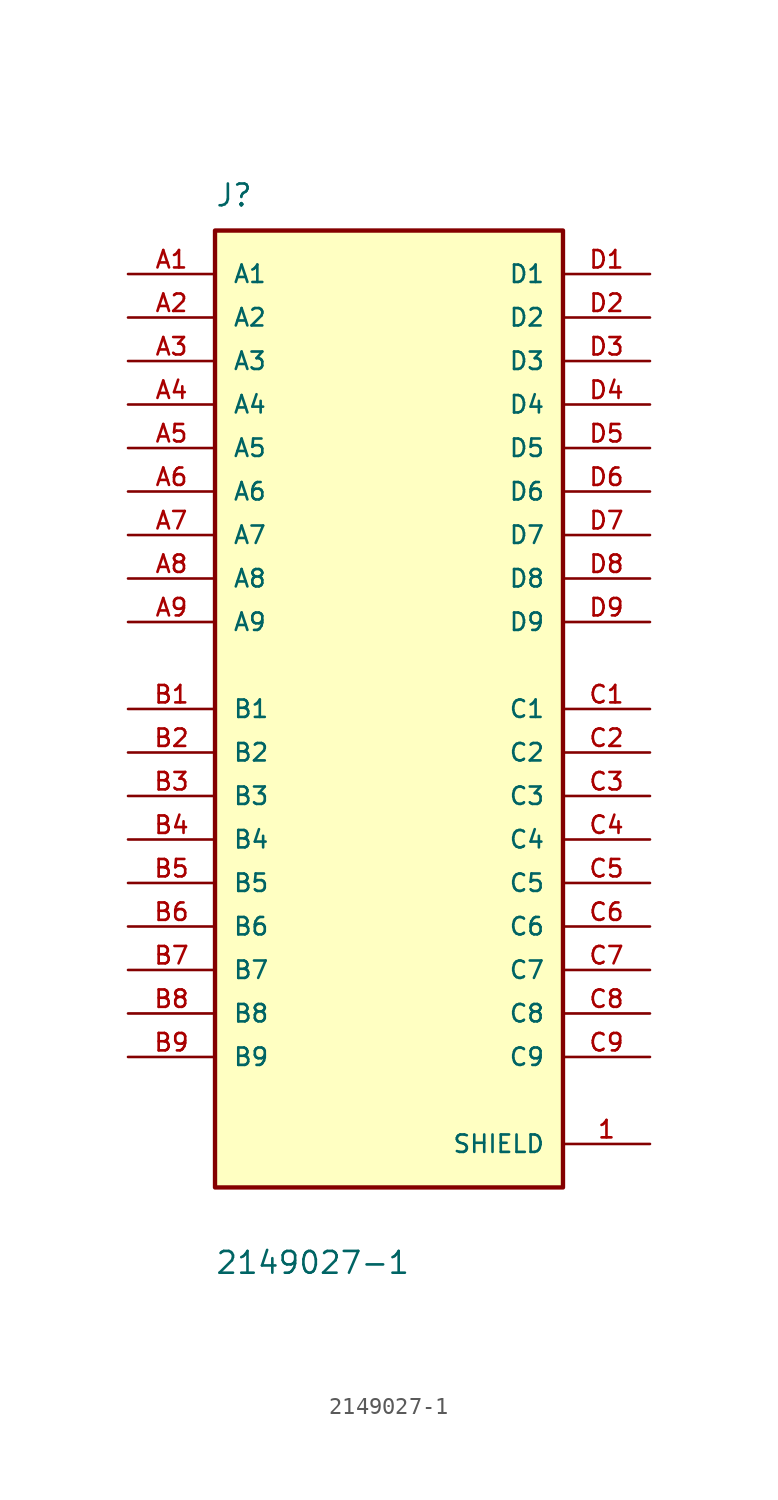
<source format=kicad_sym>
(kicad_symbol_lib
  (version 20211014)
  (generator kicad_symbol_editor)
  (symbol "2149027-1"
    (pin_names
      (offset 1.016))
    (property "Reference" "J"
      (at -10.175 29.253 0)
      (effects (font (size 1.27 1.27)) (justify bottom left)))
    (property "Value" "2149027-1"
      (at -10.179 -33.081 0)
      (effects (font (size 1.27 1.27)) (justify bottom left)))
    (symbol "2149027-1_0_0"
      (rectangle (start -10.16 -27.94) (end 10.16 27.94) (stroke (width 0.254)) (fill (type background)))
      (pin passive line (at -15.24 25.4 0) (length 5.08) (name "A1" (effects (font (size 1.016 1.016)))) (number "A1" (effects (font (size 1.016 1.016)))))
      (pin passive line (at -15.24 22.86 0) (length 5.08) (name "A2" (effects (font (size 1.016 1.016)))) (number "A2" (effects (font (size 1.016 1.016)))))
      (pin passive line (at -15.24 20.32 0) (length 5.08) (name "A3" (effects (font (size 1.016 1.016)))) (number "A3" (effects (font (size 1.016 1.016)))))
      (pin passive line (at -15.24 17.78 0) (length 5.08) (name "A4" (effects (font (size 1.016 1.016)))) (number "A4" (effects (font (size 1.016 1.016)))))
      (pin passive line (at -15.24 15.24 0) (length 5.08) (name "A5" (effects (font (size 1.016 1.016)))) (number "A5" (effects (font (size 1.016 1.016)))))
      (pin passive line (at -15.24 12.7 0) (length 5.08) (name "A6" (effects (font (size 1.016 1.016)))) (number "A6" (effects (font (size 1.016 1.016)))))
      (pin passive line (at -15.24 10.16 0) (length 5.08) (name "A7" (effects (font (size 1.016 1.016)))) (number "A7" (effects (font (size 1.016 1.016)))))
      (pin passive line (at -15.24 7.62 0) (length 5.08) (name "A8" (effects (font (size 1.016 1.016)))) (number "A8" (effects (font (size 1.016 1.016)))))
      (pin passive line (at -15.24 5.08 0) (length 5.08) (name "A9" (effects (font (size 1.016 1.016)))) (number "A9" (effects (font (size 1.016 1.016)))))
      (pin passive line (at -15.24 0.0 0) (length 5.08) (name "B1" (effects (font (size 1.016 1.016)))) (number "B1" (effects (font (size 1.016 1.016)))))
      (pin passive line (at -15.24 -2.54 0) (length 5.08) (name "B2" (effects (font (size 1.016 1.016)))) (number "B2" (effects (font (size 1.016 1.016)))))
      (pin passive line (at -15.24 -5.08 0) (length 5.08) (name "B3" (effects (font (size 1.016 1.016)))) (number "B3" (effects (font (size 1.016 1.016)))))
      (pin passive line (at -15.24 -7.62 0) (length 5.08) (name "B4" (effects (font (size 1.016 1.016)))) (number "B4" (effects (font (size 1.016 1.016)))))
      (pin passive line (at -15.24 -10.16 0) (length 5.08) (name "B5" (effects (font (size 1.016 1.016)))) (number "B5" (effects (font (size 1.016 1.016)))))
      (pin passive line (at -15.24 -12.7 0) (length 5.08) (name "B6" (effects (font (size 1.016 1.016)))) (number "B6" (effects (font (size 1.016 1.016)))))
      (pin passive line (at -15.24 -15.24 0) (length 5.08) (name "B7" (effects (font (size 1.016 1.016)))) (number "B7" (effects (font (size 1.016 1.016)))))
      (pin passive line (at -15.24 -17.78 0) (length 5.08) (name "B8" (effects (font (size 1.016 1.016)))) (number "B8" (effects (font (size 1.016 1.016)))))
      (pin passive line (at -15.24 -20.32 0) (length 5.08) (name "B9" (effects (font (size 1.016 1.016)))) (number "B9" (effects (font (size 1.016 1.016)))))
      (pin passive line (at 15.24 0.0 180.0) (length 5.08) (name "C1" (effects (font (size 1.016 1.016)))) (number "C1" (effects (font (size 1.016 1.016)))))
      (pin passive line (at 15.24 -2.54 180.0) (length 5.08) (name "C2" (effects (font (size 1.016 1.016)))) (number "C2" (effects (font (size 1.016 1.016)))))
      (pin passive line (at 15.24 -5.08 180.0) (length 5.08) (name "C3" (effects (font (size 1.016 1.016)))) (number "C3" (effects (font (size 1.016 1.016)))))
      (pin passive line (at 15.24 -7.62 180.0) (length 5.08) (name "C4" (effects (font (size 1.016 1.016)))) (number "C4" (effects (font (size 1.016 1.016)))))
      (pin passive line (at 15.24 -10.16 180.0) (length 5.08) (name "C5" (effects (font (size 1.016 1.016)))) (number "C5" (effects (font (size 1.016 1.016)))))
      (pin passive line (at 15.24 -12.7 180.0) (length 5.08) (name "C6" (effects (font (size 1.016 1.016)))) (number "C6" (effects (font (size 1.016 1.016)))))
      (pin passive line (at 15.24 -15.24 180.0) (length 5.08) (name "C7" (effects (font (size 1.016 1.016)))) (number "C7" (effects (font (size 1.016 1.016)))))
      (pin passive line (at 15.24 -17.78 180.0) (length 5.08) (name "C8" (effects (font (size 1.016 1.016)))) (number "C8" (effects (font (size 1.016 1.016)))))
      (pin passive line (at 15.24 -20.32 180.0) (length 5.08) (name "C9" (effects (font (size 1.016 1.016)))) (number "C9" (effects (font (size 1.016 1.016)))))
      (pin passive line (at 15.24 25.4 180.0) (length 5.08) (name "D1" (effects (font (size 1.016 1.016)))) (number "D1" (effects (font (size 1.016 1.016)))))
      (pin passive line (at 15.24 22.86 180.0) (length 5.08) (name "D2" (effects (font (size 1.016 1.016)))) (number "D2" (effects (font (size 1.016 1.016)))))
      (pin passive line (at 15.24 20.32 180.0) (length 5.08) (name "D3" (effects (font (size 1.016 1.016)))) (number "D3" (effects (font (size 1.016 1.016)))))
      (pin passive line (at 15.24 17.78 180.0) (length 5.08) (name "D4" (effects (font (size 1.016 1.016)))) (number "D4" (effects (font (size 1.016 1.016)))))
      (pin passive line (at 15.24 15.24 180.0) (length 5.08) (name "D5" (effects (font (size 1.016 1.016)))) (number "D5" (effects (font (size 1.016 1.016)))))
      (pin passive line (at 15.24 12.7 180.0) (length 5.08) (name "D6" (effects (font (size 1.016 1.016)))) (number "D6" (effects (font (size 1.016 1.016)))))
      (pin passive line (at 15.24 10.16 180.0) (length 5.08) (name "D7" (effects (font (size 1.016 1.016)))) (number "D7" (effects (font (size 1.016 1.016)))))
      (pin passive line (at 15.24 7.62 180.0) (length 5.08) (name "D8" (effects (font (size 1.016 1.016)))) (number "D8" (effects (font (size 1.016 1.016)))))
      (pin passive line (at 15.24 5.08 180.0) (length 5.08) (name "D9" (effects (font (size 1.016 1.016)))) (number "D9" (effects (font (size 1.016 1.016)))))
      (pin passive line (at 15.24 -25.4 180.0) (length 5.08) (name "SHIELD" (effects (font (size 1.016 1.016)))) (number "1" (effects (font (size 1.016 1.016)))))
      (pin passive line (at 15.24 -25.4 180.0) (length 5.08) hide (name "SHIELD" (effects (font (size 1.016 1.016)))) (number "2" (effects (font (size 1.016 1.016)))))
      (pin passive line (at 15.24 -25.4 180.0) (length 5.08) hide (name "SHIELD" (effects (font (size 1.016 1.016)))) (number "3" (effects (font (size 1.016 1.016)))))
      (pin passive line (at 15.24 -25.4 180.0) (length 5.08) hide (name "SHIELD" (effects (font (size 1.016 1.016)))) (number "4" (effects (font (size 1.016 1.016)))))
      (pin passive line (at 15.24 -25.4 180.0) (length 5.08) hide (name "SHIELD" (effects (font (size 1.016 1.016)))) (number "5" (effects (font (size 1.016 1.016)))))
      (pin passive line (at 15.24 -25.4 180.0) (length 5.08) hide (name "SHIELD" (effects (font (size 1.016 1.016)))) (number "6" (effects (font (size 1.016 1.016)))))
      (pin passive line (at 15.24 -25.4 180.0) (length 5.08) hide (name "SHIELD" (effects (font (size 1.016 1.016)))) (number "7" (effects (font (size 1.016 1.016))))))))
</source>
